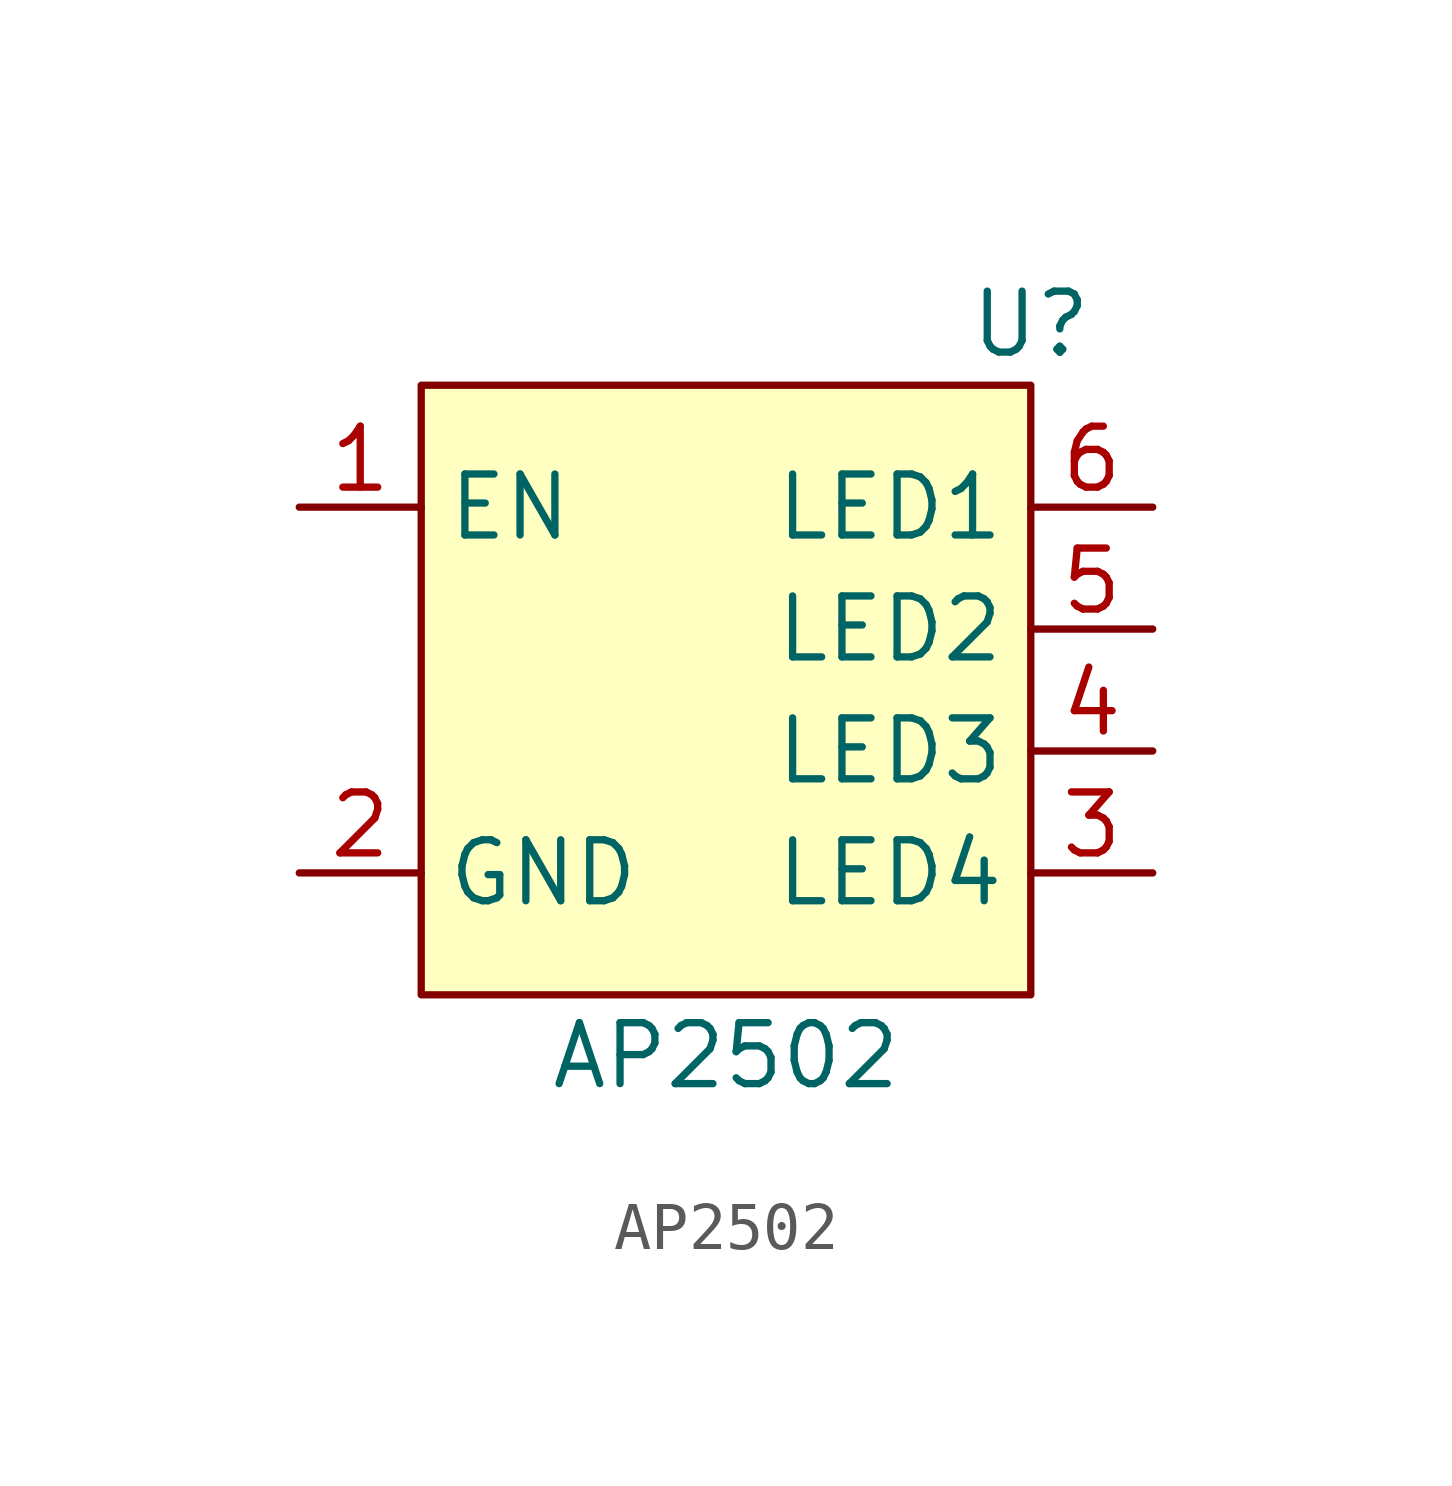
<source format=kicad_sym>
(kicad_symbol_lib
  (version 20220914)
  (generator kicad_symbol_editor)
  (symbol "AP2502"
    (property "Reference" "U"
      (at 6.35 7.62 0)
      (effects (font (size 1.27 1.27))))
    (property "Value" "AP2502"
      (at 0 -7.62 0)
      (effects (font (size 1.27 1.27))))
    (symbol "AP2502_0_0"
      (pin input line (at -8.89 3.81 0) (length 2.54) (name "EN" (effects (font (size 1.27 1.27)))) (number "1" (effects (font (size 1.27 1.27)))))
      (pin power_in line (at -8.89 -3.81 0) (length 2.54) (name "GND" (effects (font (size 1.27 1.27)))) (number "2" (effects (font (size 1.27 1.27)))))
      (pin input line (at 8.89 -3.81 180) (length 2.54) (name "LED4" (effects (font (size 1.27 1.27)))) (number "3" (effects (font (size 1.27 1.27)))))
      (pin input line (at 8.89 -1.27 180) (length 2.54) (name "LED3" (effects (font (size 1.27 1.27)))) (number "4" (effects (font (size 1.27 1.27)))))
      (pin input line (at 8.89 1.27 180) (length 2.54) (name "LED2" (effects (font (size 1.27 1.27)))) (number "5" (effects (font (size 1.27 1.27)))))
      (pin input line (at 8.89 3.81 180) (length 2.54) (name "LED1" (effects (font (size 1.27 1.27)))) (number "6" (effects (font (size 1.27 1.27))))))
    (symbol "AP2502_1_1"
      (rectangle (start -6.35 6.35) (end 6.35 -6.35) (stroke (width 0) (type default)) (fill (type background))))))
</source>
